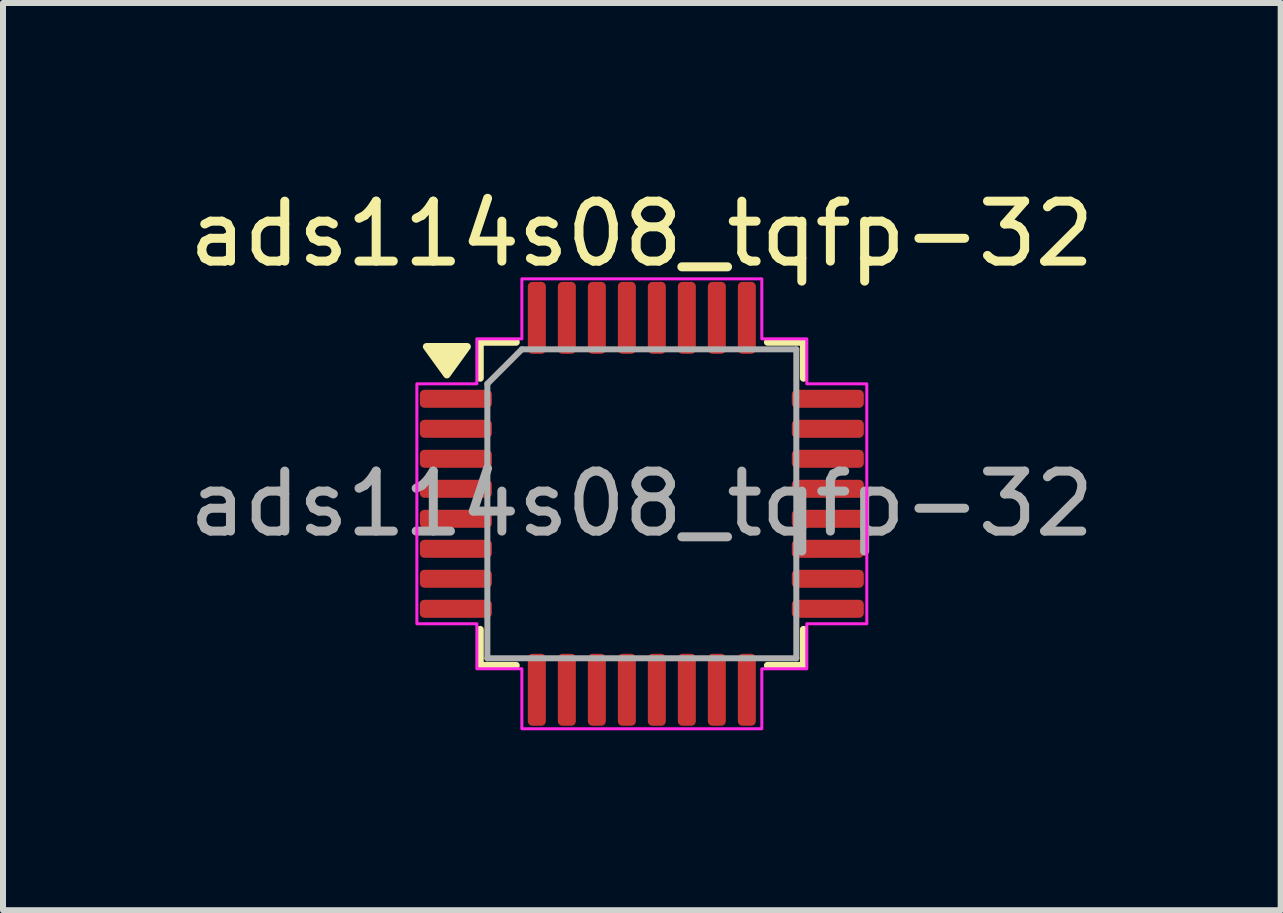
<source format=kicad_pcb>
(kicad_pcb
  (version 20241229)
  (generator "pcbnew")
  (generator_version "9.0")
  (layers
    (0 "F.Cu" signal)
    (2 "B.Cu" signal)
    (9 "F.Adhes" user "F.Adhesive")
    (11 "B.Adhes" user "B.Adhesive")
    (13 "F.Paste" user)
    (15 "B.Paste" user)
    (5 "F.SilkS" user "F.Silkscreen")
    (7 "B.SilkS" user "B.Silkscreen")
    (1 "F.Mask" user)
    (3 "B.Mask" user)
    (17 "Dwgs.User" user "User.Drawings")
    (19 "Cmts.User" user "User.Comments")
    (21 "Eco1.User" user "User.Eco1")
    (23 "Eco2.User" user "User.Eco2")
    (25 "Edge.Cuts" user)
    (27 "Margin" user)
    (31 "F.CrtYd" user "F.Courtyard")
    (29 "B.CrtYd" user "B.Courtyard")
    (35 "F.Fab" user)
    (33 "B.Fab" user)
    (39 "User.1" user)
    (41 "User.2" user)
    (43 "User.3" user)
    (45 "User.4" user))
  (footprint "ads114s08_tqfp-32"
    (layer "F.Cu")
    (at 7.649 5.348)
    (property "Reference" "ads114s08_tqfp-32" (at 0 -4.5 0) (unlocked yes) (layer "F.SilkS") (effects (font (size 1 1) (thickness 0.15))))
    (attr smd)
    (fp_line (start -2.695 -2.695) (end -2.695 -2.095) (stroke (width 0.12) (type solid)) (layer "F.SilkS"))
    (fp_line (start -2.695 -2.695) (end -2.095 -2.695) (stroke (width 0.12) (type solid)) (layer "F.SilkS"))
    (fp_line (start -2.695 2.695) (end -2.695 2.095) (stroke (width 0.12) (type solid)) (layer "F.SilkS"))
    (fp_line (start -2.695 2.695) (end -2.095 2.695) (stroke (width 0.12) (type solid)) (layer "F.SilkS"))
    (fp_line (start 2.695 -2.695) (end 2.095 -2.695) (stroke (width 0.12) (type solid)) (layer "F.SilkS"))
    (fp_line (start 2.695 -2.695) (end 2.695 -2.095) (stroke (width 0.12) (type solid)) (layer "F.SilkS"))
    (fp_line (start 2.695 2.695) (end 2.095 2.695) (stroke (width 0.12) (type solid)) (layer "F.SilkS"))
    (fp_line (start 2.695 2.695) (end 2.695 2.095) (stroke (width 0.12) (type solid)) (layer "F.SilkS"))
    (fp_poly (pts (xy -3.25 -2.15) (xy -3.59 -2.62) (xy -2.91 -2.62) (xy -3.25 -2.15)) (stroke (width 0.12) (type solid)) (fill yes) (layer "F.SilkS"))
    (fp_poly (pts (xy -3.75 2) (xy -3.75 -2) (xy -2.75 -2) (xy -2.75 -2.75) (xy -2 -2.75) (xy -2 -3.75) (xy 2 -3.75) (xy 2 -2.75) (xy 2.75 -2.75) (xy 2.75 -2) (xy 3.75 -2) (xy 3.75 2) (xy 2.75 2) (xy 2.75 2.75) (xy 2 2.75) (xy 2 3.75) (xy -2 3.75) (xy -2 2.75) (xy -2.75 2.75) (xy -2.75 2)) (stroke (width 0.05) (type solid)) (fill no) (layer "F.CrtYd"))
    (fp_line (start -2.575 -2) (end -2 -2.575) (stroke (width 0.1) (type solid)) (layer "F.Fab"))
    (fp_line (start -2.575 2.575) (end -2.575 -2) (stroke (width 0.1) (type solid)) (layer "F.Fab"))
    (fp_line (start -2.575 2.575) (end 2.575 2.575) (stroke (width 0.1) (type solid)) (layer "F.Fab"))
    (fp_line (start -2 -2.575) (end 2.575 -2.575) (stroke (width 0.1) (type solid)) (layer "F.Fab"))
    (fp_line (start 2.575 2.575) (end 2.575 -2.575) (stroke (width 0.1) (type solid)) (layer "F.Fab"))
    (fp_text user "${REFERENCE}" (at 0 0 0) (unlocked yes) (layer "F.Fab") (effects (font (size 1 1) (thickness 0.15))))
    (pad "1" smd roundrect (at -3.1 -1.75) (size 1.2 0.3) (layers "F.Cu" "F.Mask" "F.Paste") (roundrect_rratio 0.25))
    (pad "2" smd roundrect (at -3.1 -1.25) (size 1.2 0.3) (layers "F.Cu" "F.Mask" "F.Paste") (roundrect_rratio 0.25))
    (pad "3" smd roundrect (at -3.1 -0.75) (size 1.2 0.3) (layers "F.Cu" "F.Mask" "F.Paste") (roundrect_rratio 0.25))
    (pad "4" smd roundrect (at -3.1 -0.25) (size 1.2 0.3) (layers "F.Cu" "F.Mask" "F.Paste") (roundrect_rratio 0.25))
    (pad "5" smd roundrect (at -3.1 0.25) (size 1.2 0.3) (layers "F.Cu" "F.Mask" "F.Paste") (roundrect_rratio 0.25))
    (pad "6" smd roundrect (at -3.1 0.75) (size 1.2 0.3) (layers "F.Cu" "F.Mask" "F.Paste") (roundrect_rratio 0.25))
    (pad "7" smd roundrect (at -3.1 1.25) (size 1.2 0.3) (layers "F.Cu" "F.Mask" "F.Paste") (roundrect_rratio 0.25))
    (pad "8" smd roundrect (at -3.1 1.75) (size 1.2 0.3) (layers "F.Cu" "F.Mask" "F.Paste") (roundrect_rratio 0.25))
    (pad "9" smd roundrect (at -1.75 3.1 90) (size 1.2 0.3) (layers "F.Cu" "F.Mask" "F.Paste") (roundrect_rratio 0.25))
    (pad "10" smd roundrect (at -1.25 3.1 90) (size 1.2 0.3) (layers "F.Cu" "F.Mask" "F.Paste") (roundrect_rratio 0.25))
    (pad "11" smd roundrect (at -0.75 3.1 90) (size 1.2 0.3) (layers "F.Cu" "F.Mask" "F.Paste") (roundrect_rratio 0.25))
    (pad "12" smd roundrect (at -0.25 3.1 90) (size 1.2 0.3) (layers "F.Cu" "F.Mask" "F.Paste") (roundrect_rratio 0.25))
    (pad "13" smd roundrect (at 0.25 3.1 90) (size 1.2 0.3) (layers "F.Cu" "F.Mask" "F.Paste") (roundrect_rratio 0.25))
    (pad "14" smd roundrect (at 0.75 3.1 90) (size 1.2 0.3) (layers "F.Cu" "F.Mask" "F.Paste") (roundrect_rratio 0.25))
    (pad "15" smd roundrect (at 1.25 3.1 90) (size 1.2 0.3) (layers "F.Cu" "F.Mask" "F.Paste") (roundrect_rratio 0.25))
    (pad "16" smd roundrect (at 1.75 3.1 90) (size 1.2 0.3) (layers "F.Cu" "F.Mask" "F.Paste") (roundrect_rratio 0.25))
    (pad "17" smd roundrect (at 3.1 1.75) (size 1.2 0.3) (layers "F.Cu" "F.Mask" "F.Paste") (roundrect_rratio 0.25))
    (pad "18" smd roundrect (at 3.1 1.25) (size 1.2 0.3) (layers "F.Cu" "F.Mask" "F.Paste") (roundrect_rratio 0.25))
    (pad "19" smd roundrect (at 3.1 0.75) (size 1.2 0.3) (layers "F.Cu" "F.Mask" "F.Paste") (roundrect_rratio 0.25))
    (pad "20" smd roundrect (at 3.1 0.25) (size 1.2 0.3) (layers "F.Cu" "F.Mask" "F.Paste") (roundrect_rratio 0.25))
    (pad "21" smd roundrect (at 3.1 -0.25) (size 1.2 0.3) (layers "F.Cu" "F.Mask" "F.Paste") (roundrect_rratio 0.25))
    (pad "22" smd roundrect (at 3.1 -0.75) (size 1.2 0.3) (layers "F.Cu" "F.Mask" "F.Paste") (roundrect_rratio 0.25))
    (pad "23" smd roundrect (at 3.1 -1.25) (size 1.2 0.3) (layers "F.Cu" "F.Mask" "F.Paste") (roundrect_rratio 0.25))
    (pad "24" smd roundrect (at 3.1 -1.75) (size 1.2 0.3) (layers "F.Cu" "F.Mask" "F.Paste") (roundrect_rratio 0.25))
    (pad "25" smd roundrect (at 1.75 -3.1 90) (size 1.2 0.3) (layers "F.Cu" "F.Mask" "F.Paste") (roundrect_rratio 0.25))
    (pad "26" smd roundrect (at 1.25 -3.1 90) (size 1.2 0.3) (layers "F.Cu" "F.Mask" "F.Paste") (roundrect_rratio 0.25))
    (pad "27" smd roundrect (at 0.75 -3.1 90) (size 1.2 0.3) (layers "F.Cu" "F.Mask" "F.Paste") (roundrect_rratio 0.25))
    (pad "28" smd roundrect (at 0.25 -3.1 90) (size 1.2 0.3) (layers "F.Cu" "F.Mask" "F.Paste") (roundrect_rratio 0.25))
    (pad "29" smd roundrect (at -0.25 -3.1 90) (size 1.2 0.3) (layers "F.Cu" "F.Mask" "F.Paste") (roundrect_rratio 0.25))
    (pad "30" smd roundrect (at -0.75 -3.1 90) (size 1.2 0.3) (layers "F.Cu" "F.Mask" "F.Paste") (roundrect_rratio 0.25))
    (pad "31" smd roundrect (at -1.25 -3.1 90) (size 1.2 0.3) (layers "F.Cu" "F.Mask" "F.Paste") (roundrect_rratio 0.25))
    (pad "32" smd roundrect (at -1.75 -3.1 90) (size 1.2 0.3) (layers "F.Cu" "F.Mask" "F.Paste") (roundrect_rratio 0.25)))
  (gr_rect
    (start -3 -3)
    (end 18.298 12.123)
    (stroke (width 0.1) (type default))
    (fill no)
    (layer "Edge.Cuts")))
</source>
